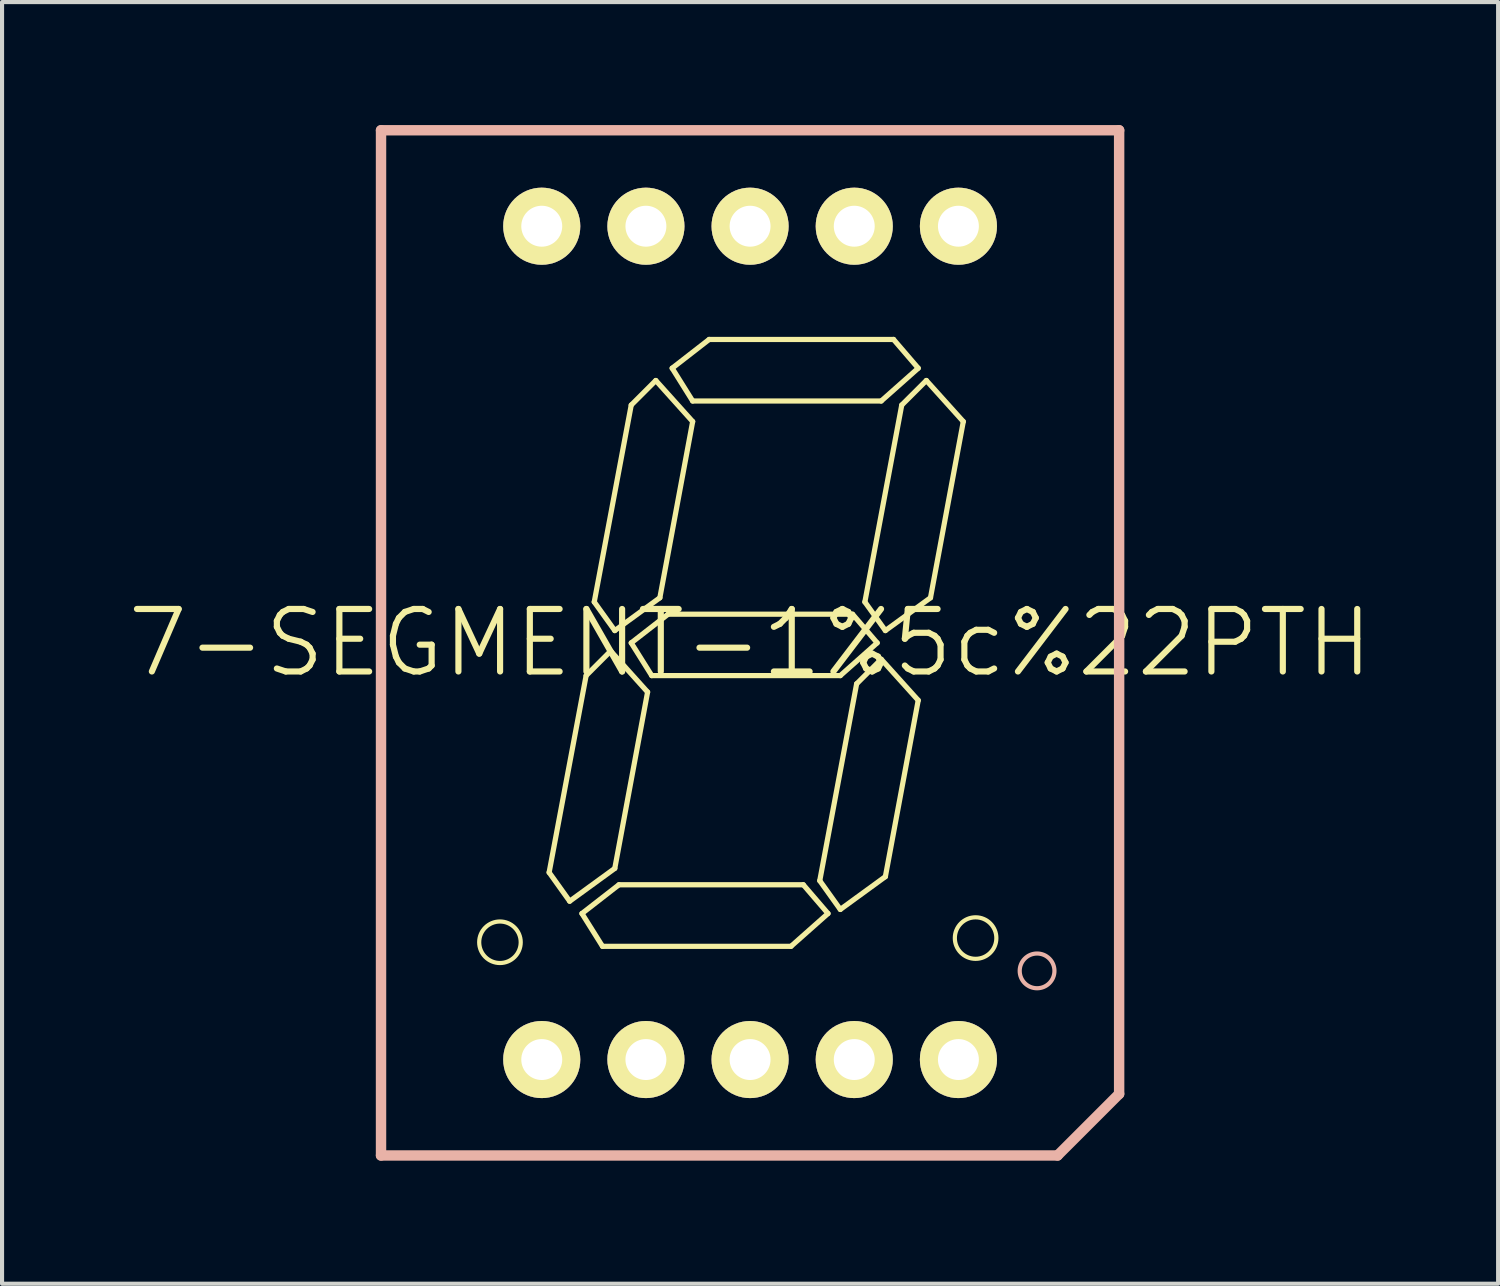
<source format=kicad_pcb>
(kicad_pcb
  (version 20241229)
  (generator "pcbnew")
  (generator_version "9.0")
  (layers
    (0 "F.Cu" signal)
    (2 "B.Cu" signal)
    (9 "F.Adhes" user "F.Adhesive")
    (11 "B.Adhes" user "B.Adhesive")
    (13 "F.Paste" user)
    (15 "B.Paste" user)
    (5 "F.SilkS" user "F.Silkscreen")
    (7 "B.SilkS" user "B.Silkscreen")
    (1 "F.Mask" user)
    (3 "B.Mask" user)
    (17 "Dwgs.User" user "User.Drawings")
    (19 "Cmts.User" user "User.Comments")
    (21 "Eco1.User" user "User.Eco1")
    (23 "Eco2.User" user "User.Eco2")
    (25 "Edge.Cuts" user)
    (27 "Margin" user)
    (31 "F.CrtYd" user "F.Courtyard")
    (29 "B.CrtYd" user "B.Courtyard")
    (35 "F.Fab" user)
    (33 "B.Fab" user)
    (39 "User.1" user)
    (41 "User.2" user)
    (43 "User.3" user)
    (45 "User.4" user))
  (footprint "7-SEGMENT-1%5c%22PTH"
    (layer "F.Cu")
    (at 15.24 12.626)
    (property "Reference" "7-SEGMENT-1%5c%22PTH" (at 0 0 0) (layer "F.SilkS") (effects (font (size 1.524 1.524) (thickness 0.15))))
    (attr exclude_from_pos_files exclude_from_bom)
    (fp_line (start -4.9 5.598) (end -3.998 0.798) (stroke (width 0.127) (type solid)) (layer "F.SilkS"))
    (fp_line (start -4.399 6.299) (end -4.9 5.598) (stroke (width 0.127) (type solid)) (layer "F.SilkS"))
    (fp_line (start -4.1 6.599) (end -3.198 5.898) (stroke (width 0.127) (type solid)) (layer "F.SilkS"))
    (fp_line (start -3.998 0.798) (end -3.399 0.198) (stroke (width 0.127) (type solid)) (layer "F.SilkS"))
    (fp_line (start -3.8 -0.998) (end -2.898 -5.799) (stroke (width 0.127) (type solid)) (layer "F.SilkS"))
    (fp_line (start -3.599 7.399) (end -4.1 6.599) (stroke (width 0.127) (type solid)) (layer "F.SilkS"))
    (fp_line (start -3.399 0.198) (end -2.499 1.199) (stroke (width 0.127) (type solid)) (layer "F.SilkS"))
    (fp_line (start -3.299 -0.3) (end -3.8 -0.998) (stroke (width 0.127) (type solid)) (layer "F.SilkS"))
    (fp_line (start -3.299 5.499) (end -4.399 6.299) (stroke (width 0.127) (type solid)) (layer "F.SilkS"))
    (fp_line (start -3.198 5.898) (end 1.298 5.898) (stroke (width 0.127) (type solid)) (layer "F.SilkS"))
    (fp_line (start -2.898 -5.799) (end -2.299 -6.398) (stroke (width 0.127) (type solid)) (layer "F.SilkS"))
    (fp_line (start -2.898 0) (end -1.999 -0.699) (stroke (width 0.127) (type solid)) (layer "F.SilkS"))
    (fp_line (start -2.499 1.199) (end -3.299 5.499) (stroke (width 0.127) (type solid)) (layer "F.SilkS"))
    (fp_line (start -2.398 0.798) (end -2.898 0) (stroke (width 0.127) (type solid)) (layer "F.SilkS"))
    (fp_line (start -2.299 -6.398) (end -1.4 -5.397) (stroke (width 0.127) (type solid)) (layer "F.SilkS"))
    (fp_line (start -2.2 -1.1) (end -3.299 -0.3) (stroke (width 0.127) (type solid)) (layer "F.SilkS"))
    (fp_line (start -1.999 -0.699) (end 2.499 -0.699) (stroke (width 0.127) (type solid)) (layer "F.SilkS"))
    (fp_line (start -1.9 -6.698) (end -0.998 -7.399) (stroke (width 0.127) (type solid)) (layer "F.SilkS"))
    (fp_line (start -1.4 -5.898) (end -1.9 -6.698) (stroke (width 0.127) (type solid)) (layer "F.SilkS"))
    (fp_line (start -1.4 -5.397) (end -2.2 -1.1) (stroke (width 0.127) (type solid)) (layer "F.SilkS"))
    (fp_line (start -0.998 -7.399) (end 3.498 -7.399) (stroke (width 0.127) (type solid)) (layer "F.SilkS"))
    (fp_line (start 0.998 7.399) (end -3.599 7.399) (stroke (width 0.127) (type solid)) (layer "F.SilkS"))
    (fp_line (start 1.298 5.898) (end 1.9 6.599) (stroke (width 0.127) (type solid)) (layer "F.SilkS"))
    (fp_line (start 1.699 5.799) (end 2.598 0.998) (stroke (width 0.127) (type solid)) (layer "F.SilkS"))
    (fp_line (start 1.9 6.599) (end 0.998 7.399) (stroke (width 0.127) (type solid)) (layer "F.SilkS"))
    (fp_line (start 2.2 0.798) (end -2.398 0.798) (stroke (width 0.127) (type solid)) (layer "F.SilkS"))
    (fp_line (start 2.2 6.5) (end 1.699 5.799) (stroke (width 0.127) (type solid)) (layer "F.SilkS"))
    (fp_line (start 2.499 -0.699) (end 3.099 0) (stroke (width 0.127) (type solid)) (layer "F.SilkS"))
    (fp_line (start 2.598 0.998) (end 3.198 0.399) (stroke (width 0.127) (type solid)) (layer "F.SilkS"))
    (fp_line (start 2.799 -0.998) (end 3.698 -5.799) (stroke (width 0.127) (type solid)) (layer "F.SilkS"))
    (fp_line (start 3.099 0) (end 2.2 0.798) (stroke (width 0.127) (type solid)) (layer "F.SilkS"))
    (fp_line (start 3.198 -5.898) (end -1.4 -5.898) (stroke (width 0.127) (type solid)) (layer "F.SilkS"))
    (fp_line (start 3.198 0.399) (end 4.1 1.4) (stroke (width 0.127) (type solid)) (layer "F.SilkS"))
    (fp_line (start 3.299 -0.3) (end 2.799 -0.998) (stroke (width 0.127) (type solid)) (layer "F.SilkS"))
    (fp_line (start 3.299 5.7) (end 2.2 6.5) (stroke (width 0.127) (type solid)) (layer "F.SilkS"))
    (fp_line (start 3.498 -7.399) (end 4.1 -6.698) (stroke (width 0.127) (type solid)) (layer "F.SilkS"))
    (fp_line (start 3.698 -5.799) (end 4.298 -6.398) (stroke (width 0.127) (type solid)) (layer "F.SilkS"))
    (fp_line (start 4.1 -6.698) (end 3.198 -5.898) (stroke (width 0.127) (type solid)) (layer "F.SilkS"))
    (fp_line (start 4.1 1.4) (end 3.299 5.7) (stroke (width 0.127) (type solid)) (layer "F.SilkS"))
    (fp_line (start 4.298 -6.398) (end 5.199 -5.397) (stroke (width 0.127) (type solid)) (layer "F.SilkS"))
    (fp_line (start 4.399 -1.1) (end 3.299 -0.3) (stroke (width 0.127) (type solid)) (layer "F.SilkS"))
    (fp_line (start 5.199 -5.397) (end 4.399 -1.1) (stroke (width 0.127) (type solid)) (layer "F.SilkS"))
    (fp_circle (center -6.099 7.3) (end -6.457 7.658) (stroke (width 0.102) (type solid)) (fill no) (layer "F.SilkS"))
    (fp_circle (center 5.499 7.198) (end 5.857 7.556) (stroke (width 0.102) (type solid)) (fill no) (layer "F.SilkS"))
    (fp_line (start -8.999 -12.499) (end 8.999 -12.499) (stroke (width 0.254) (type solid)) (layer "B.SilkS"))
    (fp_line (start -8.999 12.499) (end -8.999 -12.499) (stroke (width 0.254) (type solid)) (layer "B.SilkS"))
    (fp_line (start 7.498 12.499) (end -8.999 12.499) (stroke (width 0.254) (type solid)) (layer "B.SilkS"))
    (fp_line (start 8.999 -12.499) (end 8.999 10.998) (stroke (width 0.254) (type solid)) (layer "B.SilkS"))
    (fp_line (start 8.999 10.998) (end 7.498 12.499) (stroke (width 0.254) (type solid)) (layer "B.SilkS"))
    (fp_circle (center 6.998 7.998) (end 7.297 8.298) (stroke (width 0.102) (type solid)) (fill no) (layer "B.SilkS"))
    (pad "1" thru_hole circle (at -5.08 10.16) (size 1.88 1.88) (drill 0.998) (layers "*.Cu" "F.Mask" "F.SilkS" "F.Paste"))
    (pad "2" thru_hole circle (at -2.54 10.16) (size 1.88 1.88) (drill 0.998) (layers "*.Cu" "F.Mask" "F.SilkS" "F.Paste"))
    (pad "3" thru_hole circle (at 0 10.16) (size 1.88 1.88) (drill 0.998) (layers "*.Cu" "F.Mask" "F.SilkS" "F.Paste"))
    (pad "4" thru_hole circle (at 2.54 10.16) (size 1.88 1.88) (drill 0.998) (layers "*.Cu" "F.Mask" "F.SilkS" "F.Paste"))
    (pad "5" thru_hole circle (at 5.08 10.16) (size 1.88 1.88) (drill 0.998) (layers "*.Cu" "F.Mask" "F.SilkS" "F.Paste"))
    (pad "6" thru_hole circle (at 5.08 -10.16) (size 1.88 1.88) (drill 0.998) (layers "*.Cu" "F.Mask" "F.SilkS" "F.Paste"))
    (pad "7" thru_hole circle (at 2.54 -10.16) (size 1.88 1.88) (drill 0.998) (layers "*.Cu" "F.Mask" "F.SilkS" "F.Paste"))
    (pad "8" thru_hole circle (at 0 -10.16) (size 1.88 1.88) (drill 0.998) (layers "*.Cu" "F.Mask" "F.SilkS" "F.Paste"))
    (pad "9" thru_hole circle (at -2.54 -10.16) (size 1.88 1.88) (drill 0.998) (layers "*.Cu" "F.Mask" "F.SilkS" "F.Paste"))
    (pad "10" thru_hole circle (at -5.08 -10.16) (size 1.88 1.88) (drill 0.998) (layers "*.Cu" "F.Mask" "F.SilkS" "F.Paste")))
  (gr_rect
    (start -3 -3)
    (end 33.48 28.253)
    (stroke (width 0.1) (type default))
    (fill no)
    (layer "Edge.Cuts")))
</source>
